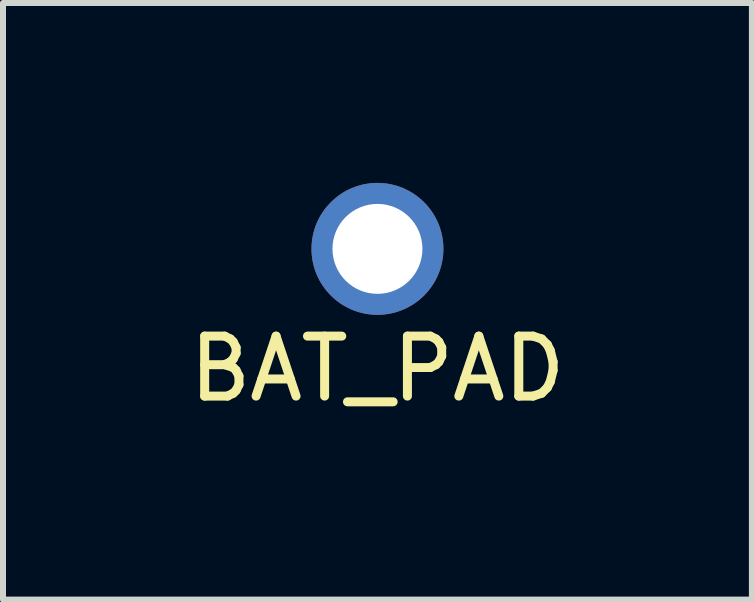
<source format=kicad_pcb>
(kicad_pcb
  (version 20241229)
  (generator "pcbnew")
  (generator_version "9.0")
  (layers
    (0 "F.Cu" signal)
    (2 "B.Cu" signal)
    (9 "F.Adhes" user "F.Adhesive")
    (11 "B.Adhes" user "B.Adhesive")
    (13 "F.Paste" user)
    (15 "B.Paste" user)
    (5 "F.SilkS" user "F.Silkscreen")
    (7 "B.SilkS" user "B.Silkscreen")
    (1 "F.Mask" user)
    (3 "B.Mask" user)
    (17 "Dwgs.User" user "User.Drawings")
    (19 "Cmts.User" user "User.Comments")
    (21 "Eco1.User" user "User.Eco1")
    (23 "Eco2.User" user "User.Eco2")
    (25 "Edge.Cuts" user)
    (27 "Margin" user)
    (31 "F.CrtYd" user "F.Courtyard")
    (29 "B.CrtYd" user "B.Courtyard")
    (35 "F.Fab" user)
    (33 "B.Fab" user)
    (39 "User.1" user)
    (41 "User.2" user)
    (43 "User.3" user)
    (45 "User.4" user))
  (footprint "BAT_PAD"
    (layer "F.Cu")
    (at 3.244 1.1)
    (property "Reference" "BAT_PAD" (at 0 2 0) (layer "F.SilkS") (effects (font (size 1 1) (thickness 0.15))))
    (attr through_hole)
    (pad "1" thru_hole circle (at 0 0) (size 2.2 2.2) (drill 1.5) (layers "*.Cu" "*.Mask")))
  (gr_rect
    (start -3 -3)
    (end 9.488 6.948)
    (stroke (width 0.1) (type default))
    (fill no)
    (layer "Edge.Cuts")))
</source>
